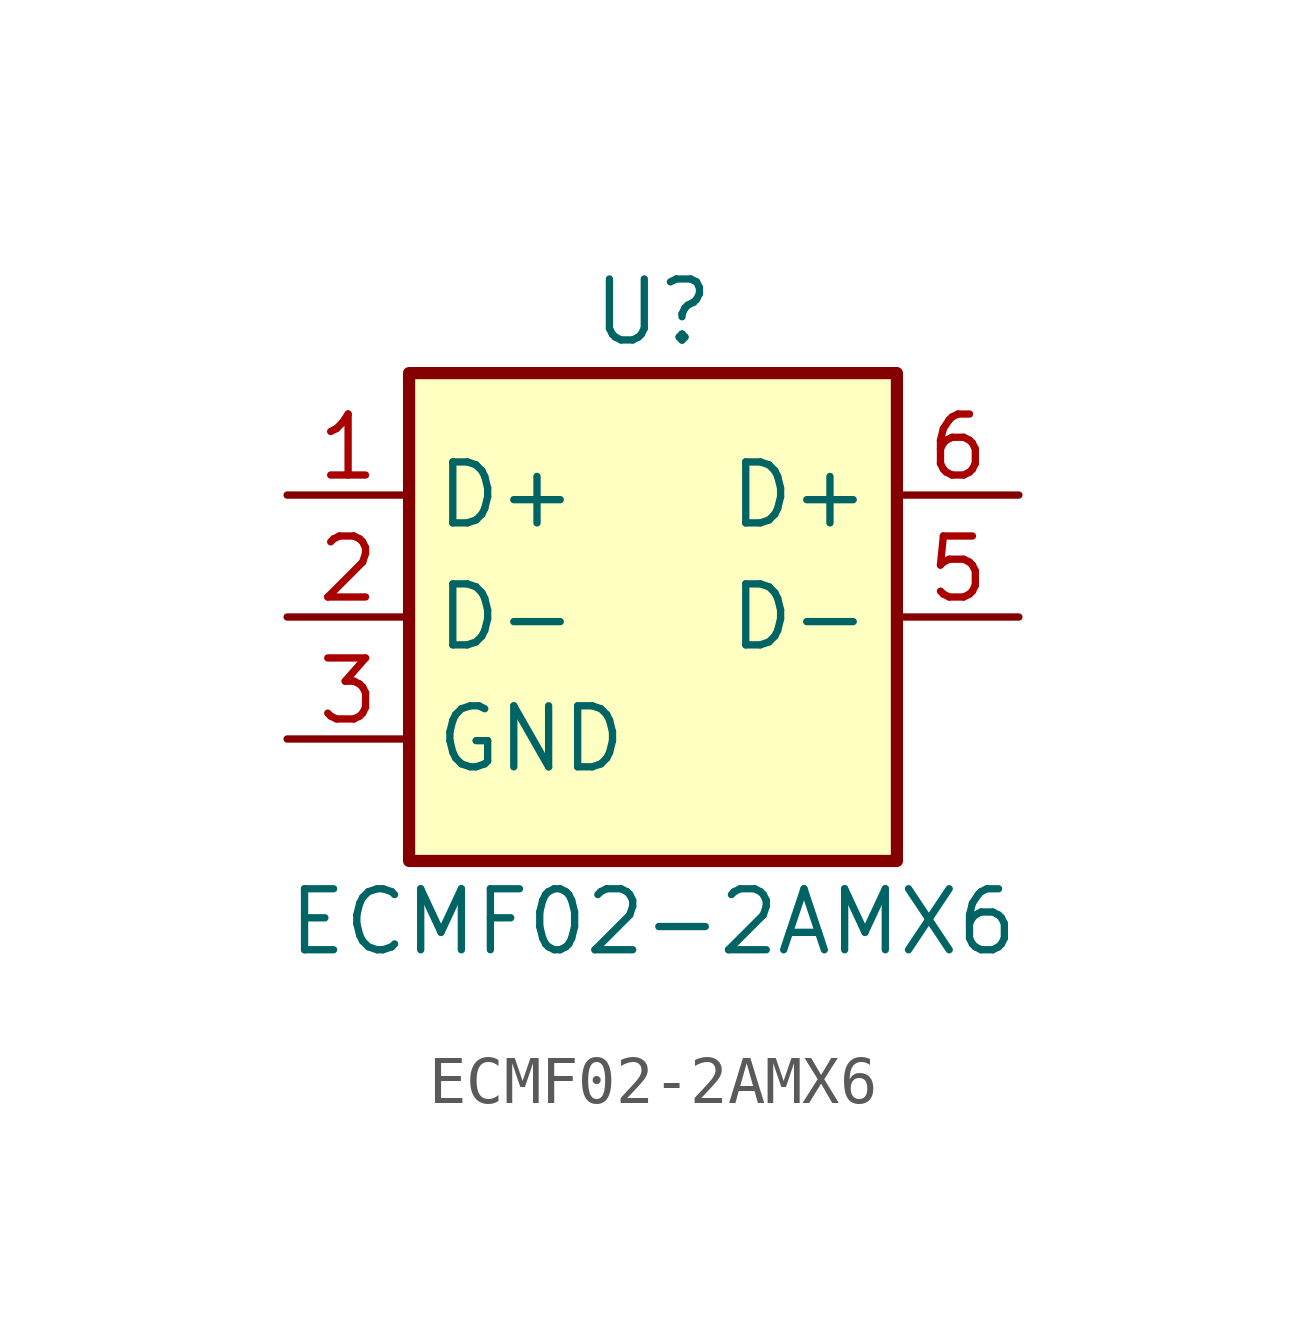
<source format=kicad_sym>
(kicad_symbol_lib
  (version 20211014)
  (generator kicad_symbol_editor)
  (symbol "ECMF02-2AMX6"
    (property "Reference" "U"
      (at 0 6.35 0)
      (effects (font (size 1.27 1.27))))
    (property "Value" "ECMF02-2AMX6"
      (at 0 -6.35 0)
      (effects (font (size 1.27 1.27))))
    (symbol "ECMF02-2AMX6_0_1"
      (rectangle (start -5.08 5.08) (end 5.08 -5.08) (stroke (width 0.254) (type default) (color 0 0 0 0)) (fill (type background))))
    (symbol "ECMF02-2AMX6_1_1"
      (pin passive line (at -7.62 2.54 0) (length 2.54) (name "D+" (effects (font (size 1.27 1.27)))) (number "1" (effects (font (size 1.27 1.27)))))
      (pin passive line (at -7.62 0 0) (length 2.54) (name "D-" (effects (font (size 1.27 1.27)))) (number "2" (effects (font (size 1.27 1.27)))))
      (pin passive line (at -7.62 -2.54 0) (length 2.54) (name "GND" (effects (font (size 1.27 1.27)))) (number "3" (effects (font (size 1.27 1.27)))))
      (pin passive line (at -7.62 -2.54 0) (length 2.54) hide (name "NC" (effects (font (size 1.27 1.27)))) (number "4" (effects (font (size 1.27 1.27)))))
      (pin passive line (at 7.62 0 180) (length 2.54) (name "D-" (effects (font (size 1.27 1.27)))) (number "5" (effects (font (size 1.27 1.27)))))
      (pin passive line (at 7.62 2.54 180) (length 2.54) (name "D+" (effects (font (size 1.27 1.27)))) (number "6" (effects (font (size 1.27 1.27))))))))
</source>
